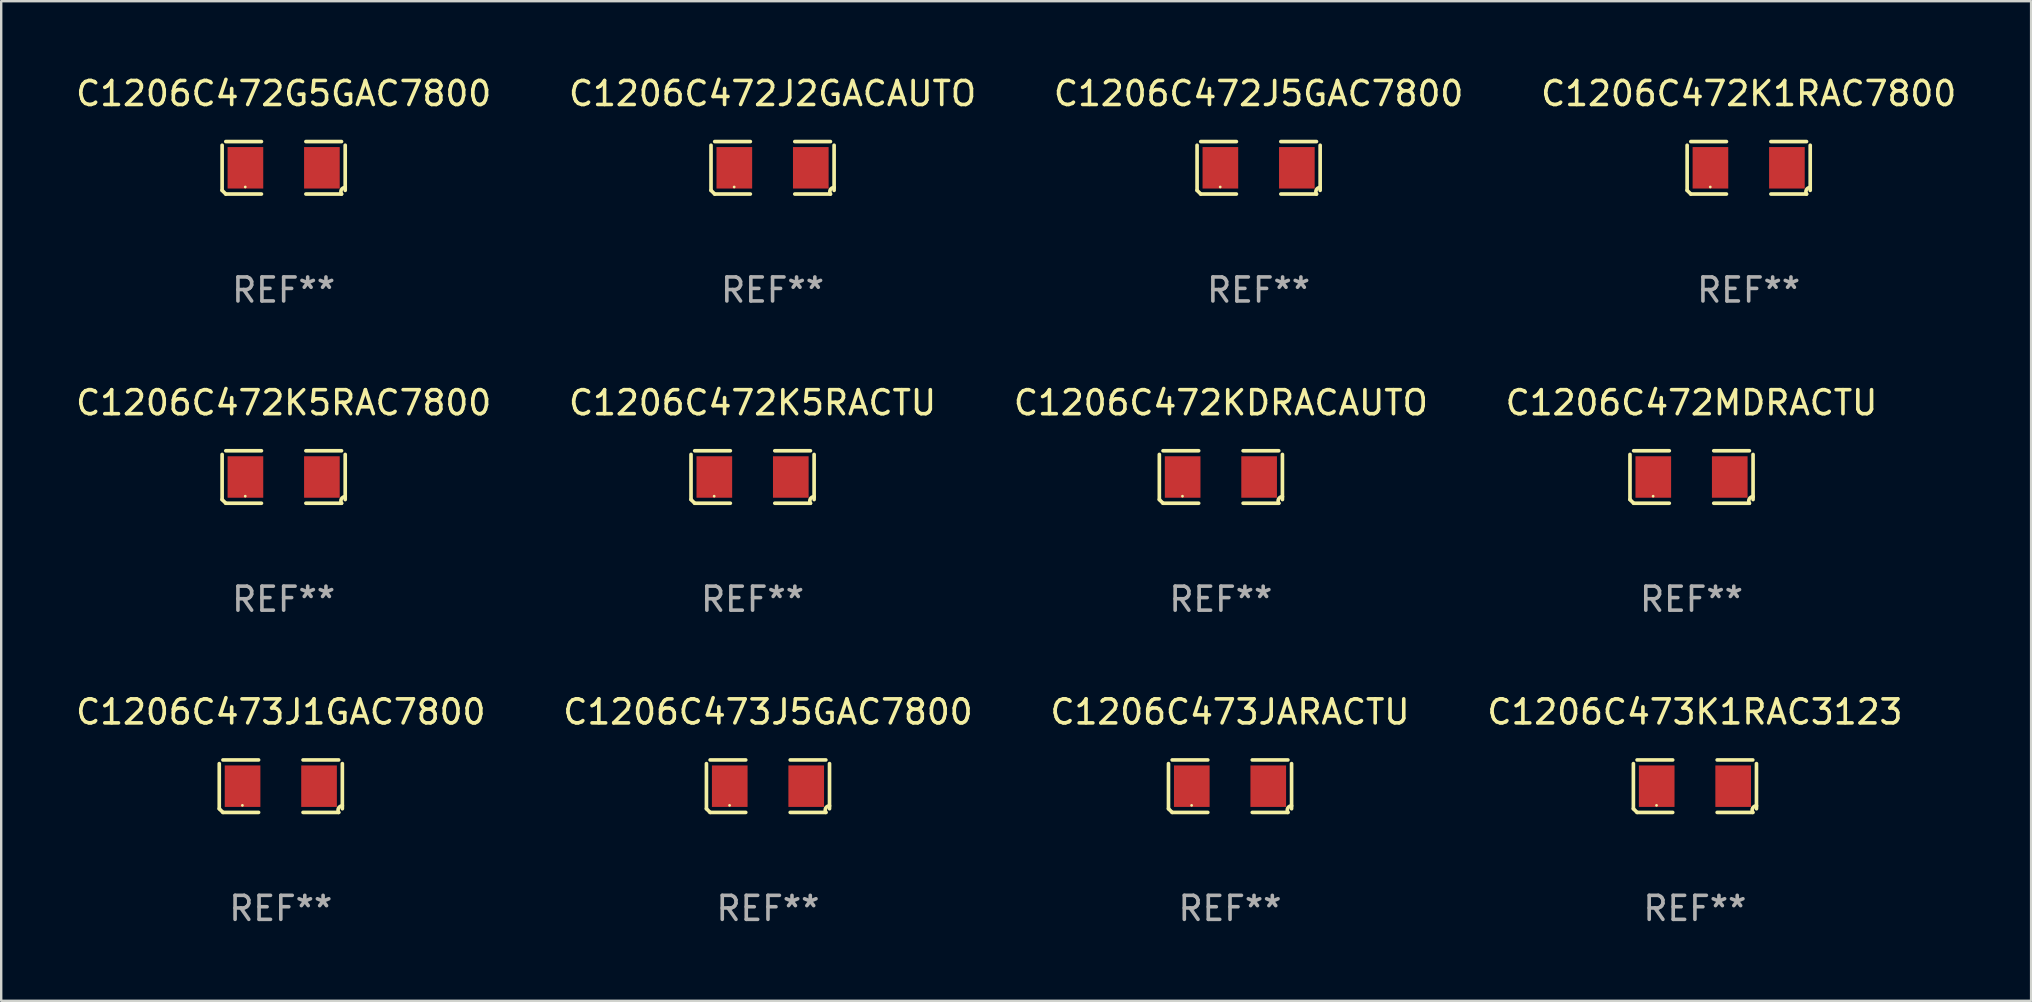
<source format=kicad_pcb>
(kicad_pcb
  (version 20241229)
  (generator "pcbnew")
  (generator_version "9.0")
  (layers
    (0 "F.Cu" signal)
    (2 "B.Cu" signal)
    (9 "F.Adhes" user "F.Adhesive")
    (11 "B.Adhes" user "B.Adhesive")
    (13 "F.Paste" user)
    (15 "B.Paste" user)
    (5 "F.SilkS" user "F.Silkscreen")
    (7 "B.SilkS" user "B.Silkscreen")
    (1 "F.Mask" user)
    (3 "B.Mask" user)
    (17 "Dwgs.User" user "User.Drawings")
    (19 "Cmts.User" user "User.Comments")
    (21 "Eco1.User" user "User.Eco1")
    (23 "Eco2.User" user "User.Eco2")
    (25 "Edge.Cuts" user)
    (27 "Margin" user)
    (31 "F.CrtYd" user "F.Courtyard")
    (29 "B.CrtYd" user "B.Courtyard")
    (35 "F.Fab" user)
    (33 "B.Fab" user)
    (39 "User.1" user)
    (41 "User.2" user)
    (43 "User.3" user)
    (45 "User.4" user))
  (footprint "C1206C472J2GACAUTO"
    (layer "F.Cu")
    (at 29.137 3.941)
    (property "Reference" "C1206C472J2GACAUTO" (at 0 -3.093 0) (layer "F.SilkS") (effects (font (size 1 1) (thickness 0.15))))
    (attr through_hole)
    (fp_line (start -2.564 0.94) (end -2.564 -0.94) (stroke (width 0.152) (type solid)) (layer "F.SilkS"))
    (fp_line (start -2.411 -1.093) (end -0.926 -1.093) (stroke (width 0.152) (type solid)) (layer "F.SilkS"))
    (fp_line (start -0.926 1.093) (end -2.411 1.093) (stroke (width 0.152) (type solid)) (layer "F.SilkS"))
    (fp_line (start 0.926 1.093) (end 2.411 1.093) (stroke (width 0.152) (type solid)) (layer "F.SilkS"))
    (fp_line (start 2.411 -1.093) (end 0.926 -1.093) (stroke (width 0.152) (type solid)) (layer "F.SilkS"))
    (fp_line (start 2.564 0.94) (end 2.564 -0.94) (stroke (width 0.152) (type solid)) (layer "F.SilkS"))
    (fp_arc (start -2.411201 1.092609) (mid -2.487413 1.01642) (end -2.563602 0.940208) (stroke (width 0.1524) (type solid)) (layer "F.SilkS"))
    (fp_arc (start 2.411201 1.092609) (mid 2.407159 0.911226) (end 2.563602 0.819347) (stroke (width 0.1524) (type solid)) (layer "F.SilkS"))
    (fp_circle (center -1.6 0.8) (end -1.57 0.8) (stroke (width 0.06) (type solid)) (fill no) (layer "F.SilkS"))
    (fp_text user "REF**" (at 0 5.093 0) (layer "F.Fab") (effects (font (size 1 1) (thickness 0.15))))
    (pad "1" smd rect (at -1.593 0) (size 1.485 1.728) (layers "F.Cu" "F.Mask" "F.Paste"))
    (pad "2" smd rect (at 1.593 0) (size 1.485 1.728) (layers "F.Cu" "F.Mask" "F.Paste")))
  (footprint "C1206C472J5GAC7800"
    (layer "F.Cu")
    (at 49.387 3.941)
    (property "Reference" "C1206C472J5GAC7800" (at 0 -3.093 0) (layer "F.SilkS") (effects (font (size 1 1) (thickness 0.15))))
    (attr through_hole)
    (fp_line (start -2.564 0.94) (end -2.564 -0.94) (stroke (width 0.152) (type solid)) (layer "F.SilkS"))
    (fp_line (start -2.411 -1.093) (end -0.926 -1.093) (stroke (width 0.152) (type solid)) (layer "F.SilkS"))
    (fp_line (start -0.926 1.093) (end -2.411 1.093) (stroke (width 0.152) (type solid)) (layer "F.SilkS"))
    (fp_line (start 0.926 1.093) (end 2.411 1.093) (stroke (width 0.152) (type solid)) (layer "F.SilkS"))
    (fp_line (start 2.411 -1.093) (end 0.926 -1.093) (stroke (width 0.152) (type solid)) (layer "F.SilkS"))
    (fp_line (start 2.564 0.94) (end 2.564 -0.94) (stroke (width 0.152) (type solid)) (layer "F.SilkS"))
    (fp_arc (start -2.411201 1.092609) (mid -2.487413 1.01642) (end -2.563602 0.940208) (stroke (width 0.1524) (type solid)) (layer "F.SilkS"))
    (fp_arc (start 2.411201 1.092609) (mid 2.407159 0.911226) (end 2.563602 0.819347) (stroke (width 0.1524) (type solid)) (layer "F.SilkS"))
    (fp_circle (center -1.6 0.8) (end -1.57 0.8) (stroke (width 0.06) (type solid)) (fill no) (layer "F.SilkS"))
    (fp_text user "REF**" (at 0 5.093 0) (layer "F.Fab") (effects (font (size 1 1) (thickness 0.15))))
    (pad "1" smd rect (at -1.593 0) (size 1.485 1.728) (layers "F.Cu" "F.Mask" "F.Paste"))
    (pad "2" smd rect (at 1.593 0) (size 1.485 1.728) (layers "F.Cu" "F.Mask" "F.Paste")))
  (footprint "C1206C472KDRACAUTO"
    (layer "F.Cu")
    (at 47.815 16.823)
    (property "Reference" "C1206C472KDRACAUTO" (at 0 -3.093 0) (layer "F.SilkS") (effects (font (size 1 1) (thickness 0.15))))
    (attr through_hole)
    (fp_line (start -2.564 0.94) (end -2.564 -0.94) (stroke (width 0.152) (type solid)) (layer "F.SilkS"))
    (fp_line (start -2.411 -1.093) (end -0.926 -1.093) (stroke (width 0.152) (type solid)) (layer "F.SilkS"))
    (fp_line (start -0.926 1.093) (end -2.411 1.093) (stroke (width 0.152) (type solid)) (layer "F.SilkS"))
    (fp_line (start 0.926 1.093) (end 2.411 1.093) (stroke (width 0.152) (type solid)) (layer "F.SilkS"))
    (fp_line (start 2.411 -1.093) (end 0.926 -1.093) (stroke (width 0.152) (type solid)) (layer "F.SilkS"))
    (fp_line (start 2.564 0.94) (end 2.564 -0.94) (stroke (width 0.152) (type solid)) (layer "F.SilkS"))
    (fp_arc (start -2.411201 1.092609) (mid -2.487413 1.01642) (end -2.563602 0.940208) (stroke (width 0.1524) (type solid)) (layer "F.SilkS"))
    (fp_arc (start 2.411201 1.092609) (mid 2.407159 0.911226) (end 2.563602 0.819347) (stroke (width 0.1524) (type solid)) (layer "F.SilkS"))
    (fp_circle (center -1.6 0.8) (end -1.57 0.8) (stroke (width 0.06) (type solid)) (fill no) (layer "F.SilkS"))
    (fp_text user "REF**" (at 0 5.093 0) (layer "F.Fab") (effects (font (size 1 1) (thickness 0.15))))
    (pad "1" smd rect (at -1.593 0) (size 1.485 1.728) (layers "F.Cu" "F.Mask" "F.Paste"))
    (pad "2" smd rect (at 1.593 0) (size 1.485 1.728) (layers "F.Cu" "F.Mask" "F.Paste")))
  (footprint "C1206C472K1RAC7800"
    (layer "F.Cu")
    (at 69.804 3.941)
    (property "Reference" "C1206C472K1RAC7800" (at 0 -3.093 0) (layer "F.SilkS") (effects (font (size 1 1) (thickness 0.15))))
    (attr through_hole)
    (fp_line (start -2.564 0.94) (end -2.564 -0.94) (stroke (width 0.152) (type solid)) (layer "F.SilkS"))
    (fp_line (start -2.411 -1.093) (end -0.926 -1.093) (stroke (width 0.152) (type solid)) (layer "F.SilkS"))
    (fp_line (start -0.926 1.093) (end -2.411 1.093) (stroke (width 0.152) (type solid)) (layer "F.SilkS"))
    (fp_line (start 0.926 1.093) (end 2.411 1.093) (stroke (width 0.152) (type solid)) (layer "F.SilkS"))
    (fp_line (start 2.411 -1.093) (end 0.926 -1.093) (stroke (width 0.152) (type solid)) (layer "F.SilkS"))
    (fp_line (start 2.564 0.94) (end 2.564 -0.94) (stroke (width 0.152) (type solid)) (layer "F.SilkS"))
    (fp_arc (start -2.411201 1.092609) (mid -2.487413 1.01642) (end -2.563602 0.940208) (stroke (width 0.1524) (type solid)) (layer "F.SilkS"))
    (fp_arc (start 2.411201 1.092609) (mid 2.407159 0.911226) (end 2.563602 0.819347) (stroke (width 0.1524) (type solid)) (layer "F.SilkS"))
    (fp_circle (center -1.6 0.8) (end -1.57 0.8) (stroke (width 0.06) (type solid)) (fill no) (layer "F.SilkS"))
    (fp_text user "REF**" (at 0 5.093 0) (layer "F.Fab") (effects (font (size 1 1) (thickness 0.15))))
    (pad "1" smd rect (at -1.593 0) (size 1.485 1.728) (layers "F.Cu" "F.Mask" "F.Paste"))
    (pad "2" smd rect (at 1.593 0) (size 1.485 1.728) (layers "F.Cu" "F.Mask" "F.Paste")))
  (footprint "C1206C472K5RACTU"
    (layer "F.Cu")
    (at 28.304 16.823)
    (property "Reference" "C1206C472K5RACTU" (at 0 -3.093 0) (layer "F.SilkS") (effects (font (size 1 1) (thickness 0.15))))
    (attr through_hole)
    (fp_line (start -2.564 0.94) (end -2.564 -0.94) (stroke (width 0.152) (type solid)) (layer "F.SilkS"))
    (fp_line (start -2.411 -1.093) (end -0.926 -1.093) (stroke (width 0.152) (type solid)) (layer "F.SilkS"))
    (fp_line (start -0.926 1.093) (end -2.411 1.093) (stroke (width 0.152) (type solid)) (layer "F.SilkS"))
    (fp_line (start 0.926 1.093) (end 2.411 1.093) (stroke (width 0.152) (type solid)) (layer "F.SilkS"))
    (fp_line (start 2.411 -1.093) (end 0.926 -1.093) (stroke (width 0.152) (type solid)) (layer "F.SilkS"))
    (fp_line (start 2.564 0.94) (end 2.564 -0.94) (stroke (width 0.152) (type solid)) (layer "F.SilkS"))
    (fp_arc (start -2.411201 1.092609) (mid -2.487413 1.01642) (end -2.563602 0.940208) (stroke (width 0.1524) (type solid)) (layer "F.SilkS"))
    (fp_arc (start 2.411201 1.092609) (mid 2.407159 0.911226) (end 2.563602 0.819347) (stroke (width 0.1524) (type solid)) (layer "F.SilkS"))
    (fp_circle (center -1.6 0.8) (end -1.57 0.8) (stroke (width 0.06) (type solid)) (fill no) (layer "F.SilkS"))
    (fp_text user "REF**" (at 0 5.093 0) (layer "F.Fab") (effects (font (size 1 1) (thickness 0.15))))
    (pad "1" smd rect (at -1.593 0) (size 1.485 1.728) (layers "F.Cu" "F.Mask" "F.Paste"))
    (pad "2" smd rect (at 1.593 0) (size 1.485 1.728) (layers "F.Cu" "F.Mask" "F.Paste")))
  (footprint "C1206C473K1RAC3123"
    (layer "F.Cu")
    (at 67.565 29.704)
    (property "Reference" "C1206C473K1RAC3123" (at 0 -3.093 0) (layer "F.SilkS") (effects (font (size 1 1) (thickness 0.15))))
    (attr through_hole)
    (fp_line (start -2.564 0.94) (end -2.564 -0.94) (stroke (width 0.152) (type solid)) (layer "F.SilkS"))
    (fp_line (start -2.411 -1.093) (end -0.926 -1.093) (stroke (width 0.152) (type solid)) (layer "F.SilkS"))
    (fp_line (start -0.926 1.093) (end -2.411 1.093) (stroke (width 0.152) (type solid)) (layer "F.SilkS"))
    (fp_line (start 0.926 1.093) (end 2.411 1.093) (stroke (width 0.152) (type solid)) (layer "F.SilkS"))
    (fp_line (start 2.411 -1.093) (end 0.926 -1.093) (stroke (width 0.152) (type solid)) (layer "F.SilkS"))
    (fp_line (start 2.564 0.94) (end 2.564 -0.94) (stroke (width 0.152) (type solid)) (layer "F.SilkS"))
    (fp_arc (start -2.411201 1.092609) (mid -2.487413 1.01642) (end -2.563602 0.940208) (stroke (width 0.1524) (type solid)) (layer "F.SilkS"))
    (fp_arc (start 2.411201 1.092609) (mid 2.407159 0.911226) (end 2.563602 0.819347) (stroke (width 0.1524) (type solid)) (layer "F.SilkS"))
    (fp_circle (center -1.6 0.8) (end -1.57 0.8) (stroke (width 0.06) (type solid)) (fill no) (layer "F.SilkS"))
    (fp_text user "REF**" (at 0 5.093 0) (layer "F.Fab") (effects (font (size 1 1) (thickness 0.15))))
    (pad "1" smd rect (at -1.593 0) (size 1.485 1.728) (layers "F.Cu" "F.Mask" "F.Paste"))
    (pad "2" smd rect (at 1.593 0) (size 1.485 1.728) (layers "F.Cu" "F.Mask" "F.Paste")))
  (footprint "C1206C472MDRACTU"
    (layer "F.Cu")
    (at 67.423 16.823)
    (property "Reference" "C1206C472MDRACTU" (at 0 -3.093 0) (layer "F.SilkS") (effects (font (size 1 1) (thickness 0.15))))
    (attr through_hole)
    (fp_line (start -2.564 0.94) (end -2.564 -0.94) (stroke (width 0.152) (type solid)) (layer "F.SilkS"))
    (fp_line (start -2.411 -1.093) (end -0.926 -1.093) (stroke (width 0.152) (type solid)) (layer "F.SilkS"))
    (fp_line (start -0.926 1.093) (end -2.411 1.093) (stroke (width 0.152) (type solid)) (layer "F.SilkS"))
    (fp_line (start 0.926 1.093) (end 2.411 1.093) (stroke (width 0.152) (type solid)) (layer "F.SilkS"))
    (fp_line (start 2.411 -1.093) (end 0.926 -1.093) (stroke (width 0.152) (type solid)) (layer "F.SilkS"))
    (fp_line (start 2.564 0.94) (end 2.564 -0.94) (stroke (width 0.152) (type solid)) (layer "F.SilkS"))
    (fp_arc (start -2.411201 1.092609) (mid -2.487413 1.01642) (end -2.563602 0.940208) (stroke (width 0.1524) (type solid)) (layer "F.SilkS"))
    (fp_arc (start 2.411201 1.092609) (mid 2.407159 0.911226) (end 2.563602 0.819347) (stroke (width 0.1524) (type solid)) (layer "F.SilkS"))
    (fp_circle (center -1.6 0.8) (end -1.57 0.8) (stroke (width 0.06) (type solid)) (fill no) (layer "F.SilkS"))
    (fp_text user "REF**" (at 0 5.093 0) (layer "F.Fab") (effects (font (size 1 1) (thickness 0.15))))
    (pad "1" smd rect (at -1.593 0) (size 1.485 1.728) (layers "F.Cu" "F.Mask" "F.Paste"))
    (pad "2" smd rect (at 1.593 0) (size 1.485 1.728) (layers "F.Cu" "F.Mask" "F.Paste")))
  (footprint "C1206C473JARACTU"
    (layer "F.Cu")
    (at 48.196 29.704)
    (property "Reference" "C1206C473JARACTU" (at 0 -3.093 0) (layer "F.SilkS") (effects (font (size 1 1) (thickness 0.15))))
    (attr through_hole)
    (fp_line (start -2.564 0.94) (end -2.564 -0.94) (stroke (width 0.152) (type solid)) (layer "F.SilkS"))
    (fp_line (start -2.411 -1.093) (end -0.926 -1.093) (stroke (width 0.152) (type solid)) (layer "F.SilkS"))
    (fp_line (start -0.926 1.093) (end -2.411 1.093) (stroke (width 0.152) (type solid)) (layer "F.SilkS"))
    (fp_line (start 0.926 1.093) (end 2.411 1.093) (stroke (width 0.152) (type solid)) (layer "F.SilkS"))
    (fp_line (start 2.411 -1.093) (end 0.926 -1.093) (stroke (width 0.152) (type solid)) (layer "F.SilkS"))
    (fp_line (start 2.564 0.94) (end 2.564 -0.94) (stroke (width 0.152) (type solid)) (layer "F.SilkS"))
    (fp_arc (start -2.411201 1.092609) (mid -2.487413 1.01642) (end -2.563602 0.940208) (stroke (width 0.1524) (type solid)) (layer "F.SilkS"))
    (fp_arc (start 2.411201 1.092609) (mid 2.407159 0.911226) (end 2.563602 0.819347) (stroke (width 0.1524) (type solid)) (layer "F.SilkS"))
    (fp_circle (center -1.6 0.8) (end -1.57 0.8) (stroke (width 0.06) (type solid)) (fill no) (layer "F.SilkS"))
    (fp_text user "REF**" (at 0 5.093 0) (layer "F.Fab") (effects (font (size 1 1) (thickness 0.15))))
    (pad "1" smd rect (at -1.593 0) (size 1.485 1.728) (layers "F.Cu" "F.Mask" "F.Paste"))
    (pad "2" smd rect (at 1.593 0) (size 1.485 1.728) (layers "F.Cu" "F.Mask" "F.Paste")))
  (footprint "C1206C473J5GAC7800"
    (layer "F.Cu")
    (at 28.946 29.704)
    (property "Reference" "C1206C473J5GAC7800" (at 0 -3.093 0) (layer "F.SilkS") (effects (font (size 1 1) (thickness 0.15))))
    (attr through_hole)
    (fp_line (start -2.564 0.94) (end -2.564 -0.94) (stroke (width 0.152) (type solid)) (layer "F.SilkS"))
    (fp_line (start -2.411 -1.093) (end -0.926 -1.093) (stroke (width 0.152) (type solid)) (layer "F.SilkS"))
    (fp_line (start -0.926 1.093) (end -2.411 1.093) (stroke (width 0.152) (type solid)) (layer "F.SilkS"))
    (fp_line (start 0.926 1.093) (end 2.411 1.093) (stroke (width 0.152) (type solid)) (layer "F.SilkS"))
    (fp_line (start 2.411 -1.093) (end 0.926 -1.093) (stroke (width 0.152) (type solid)) (layer "F.SilkS"))
    (fp_line (start 2.564 0.94) (end 2.564 -0.94) (stroke (width 0.152) (type solid)) (layer "F.SilkS"))
    (fp_arc (start -2.411201 1.092609) (mid -2.487413 1.01642) (end -2.563602 0.940208) (stroke (width 0.1524) (type solid)) (layer "F.SilkS"))
    (fp_arc (start 2.411201 1.092609) (mid 2.407159 0.911226) (end 2.563602 0.819347) (stroke (width 0.1524) (type solid)) (layer "F.SilkS"))
    (fp_circle (center -1.6 0.8) (end -1.57 0.8) (stroke (width 0.06) (type solid)) (fill no) (layer "F.SilkS"))
    (fp_text user "REF**" (at 0 5.093 0) (layer "F.Fab") (effects (font (size 1 1) (thickness 0.15))))
    (pad "1" smd rect (at -1.593 0) (size 1.485 1.728) (layers "F.Cu" "F.Mask" "F.Paste"))
    (pad "2" smd rect (at 1.593 0) (size 1.485 1.728) (layers "F.Cu" "F.Mask" "F.Paste")))
  (footprint "C1206C473J1GAC7800"
    (layer "F.Cu")
    (at 8.649 29.704)
    (property "Reference" "C1206C473J1GAC7800" (at 0 -3.093 0) (layer "F.SilkS") (effects (font (size 1 1) (thickness 0.15))))
    (attr through_hole)
    (fp_line (start -2.564 0.94) (end -2.564 -0.94) (stroke (width 0.152) (type solid)) (layer "F.SilkS"))
    (fp_line (start -2.411 -1.093) (end -0.926 -1.093) (stroke (width 0.152) (type solid)) (layer "F.SilkS"))
    (fp_line (start -0.926 1.093) (end -2.411 1.093) (stroke (width 0.152) (type solid)) (layer "F.SilkS"))
    (fp_line (start 0.926 1.093) (end 2.411 1.093) (stroke (width 0.152) (type solid)) (layer "F.SilkS"))
    (fp_line (start 2.411 -1.093) (end 0.926 -1.093) (stroke (width 0.152) (type solid)) (layer "F.SilkS"))
    (fp_line (start 2.564 0.94) (end 2.564 -0.94) (stroke (width 0.152) (type solid)) (layer "F.SilkS"))
    (fp_arc (start -2.411201 1.092609) (mid -2.487413 1.01642) (end -2.563602 0.940208) (stroke (width 0.1524) (type solid)) (layer "F.SilkS"))
    (fp_arc (start 2.411201 1.092609) (mid 2.407159 0.911226) (end 2.563602 0.819347) (stroke (width 0.1524) (type solid)) (layer "F.SilkS"))
    (fp_circle (center -1.6 0.8) (end -1.57 0.8) (stroke (width 0.06) (type solid)) (fill no) (layer "F.SilkS"))
    (fp_text user "REF**" (at 0 5.093 0) (layer "F.Fab") (effects (font (size 1 1) (thickness 0.15))))
    (pad "1" smd rect (at -1.593 0) (size 1.485 1.728) (layers "F.Cu" "F.Mask" "F.Paste"))
    (pad "2" smd rect (at 1.593 0) (size 1.485 1.728) (layers "F.Cu" "F.Mask" "F.Paste")))
  (footprint "C1206C472G5GAC7800"
    (layer "F.Cu")
    (at 8.768 3.941)
    (property "Reference" "C1206C472G5GAC7800" (at 0 -3.093 0) (layer "F.SilkS") (effects (font (size 1 1) (thickness 0.15))))
    (attr through_hole)
    (fp_line (start -2.564 0.94) (end -2.564 -0.94) (stroke (width 0.152) (type solid)) (layer "F.SilkS"))
    (fp_line (start -2.411 -1.093) (end -0.926 -1.093) (stroke (width 0.152) (type solid)) (layer "F.SilkS"))
    (fp_line (start -0.926 1.093) (end -2.411 1.093) (stroke (width 0.152) (type solid)) (layer "F.SilkS"))
    (fp_line (start 0.926 1.093) (end 2.411 1.093) (stroke (width 0.152) (type solid)) (layer "F.SilkS"))
    (fp_line (start 2.411 -1.093) (end 0.926 -1.093) (stroke (width 0.152) (type solid)) (layer "F.SilkS"))
    (fp_line (start 2.564 0.94) (end 2.564 -0.94) (stroke (width 0.152) (type solid)) (layer "F.SilkS"))
    (fp_arc (start -2.411201 1.092609) (mid -2.487413 1.01642) (end -2.563602 0.940208) (stroke (width 0.1524) (type solid)) (layer "F.SilkS"))
    (fp_arc (start 2.411201 1.092609) (mid 2.407159 0.911226) (end 2.563602 0.819347) (stroke (width 0.1524) (type solid)) (layer "F.SilkS"))
    (fp_circle (center -1.6 0.8) (end -1.57 0.8) (stroke (width 0.06) (type solid)) (fill no) (layer "F.SilkS"))
    (fp_text user "REF**" (at 0 5.093 0) (layer "F.Fab") (effects (font (size 1 1) (thickness 0.15))))
    (pad "1" smd rect (at -1.593 0) (size 1.485 1.728) (layers "F.Cu" "F.Mask" "F.Paste"))
    (pad "2" smd rect (at 1.593 0) (size 1.485 1.728) (layers "F.Cu" "F.Mask" "F.Paste")))
  (footprint "C1206C472K5RAC7800"
    (layer "F.Cu")
    (at 8.768 16.823)
    (property "Reference" "C1206C472K5RAC7800" (at 0 -3.093 0) (layer "F.SilkS") (effects (font (size 1 1) (thickness 0.15))))
    (attr through_hole)
    (fp_line (start -2.564 0.94) (end -2.564 -0.94) (stroke (width 0.152) (type solid)) (layer "F.SilkS"))
    (fp_line (start -2.411 -1.093) (end -0.926 -1.093) (stroke (width 0.152) (type solid)) (layer "F.SilkS"))
    (fp_line (start -0.926 1.093) (end -2.411 1.093) (stroke (width 0.152) (type solid)) (layer "F.SilkS"))
    (fp_line (start 0.926 1.093) (end 2.411 1.093) (stroke (width 0.152) (type solid)) (layer "F.SilkS"))
    (fp_line (start 2.411 -1.093) (end 0.926 -1.093) (stroke (width 0.152) (type solid)) (layer "F.SilkS"))
    (fp_line (start 2.564 0.94) (end 2.564 -0.94) (stroke (width 0.152) (type solid)) (layer "F.SilkS"))
    (fp_arc (start -2.411201 1.092609) (mid -2.487413 1.01642) (end -2.563602 0.940208) (stroke (width 0.1524) (type solid)) (layer "F.SilkS"))
    (fp_arc (start 2.411201 1.092609) (mid 2.407159 0.911226) (end 2.563602 0.819347) (stroke (width 0.1524) (type solid)) (layer "F.SilkS"))
    (fp_circle (center -1.6 0.8) (end -1.57 0.8) (stroke (width 0.06) (type solid)) (fill no) (layer "F.SilkS"))
    (fp_text user "REF**" (at 0 5.093 0) (layer "F.Fab") (effects (font (size 1 1) (thickness 0.15))))
    (pad "1" smd rect (at -1.593 0) (size 1.485 1.728) (layers "F.Cu" "F.Mask" "F.Paste"))
    (pad "2" smd rect (at 1.593 0) (size 1.485 1.728) (layers "F.Cu" "F.Mask" "F.Paste")))
  (gr_rect
    (start -3 -3)
    (end 81.571 38.645)
    (stroke (width 0.1) (type default))
    (fill no)
    (layer "Edge.Cuts")))
</source>
